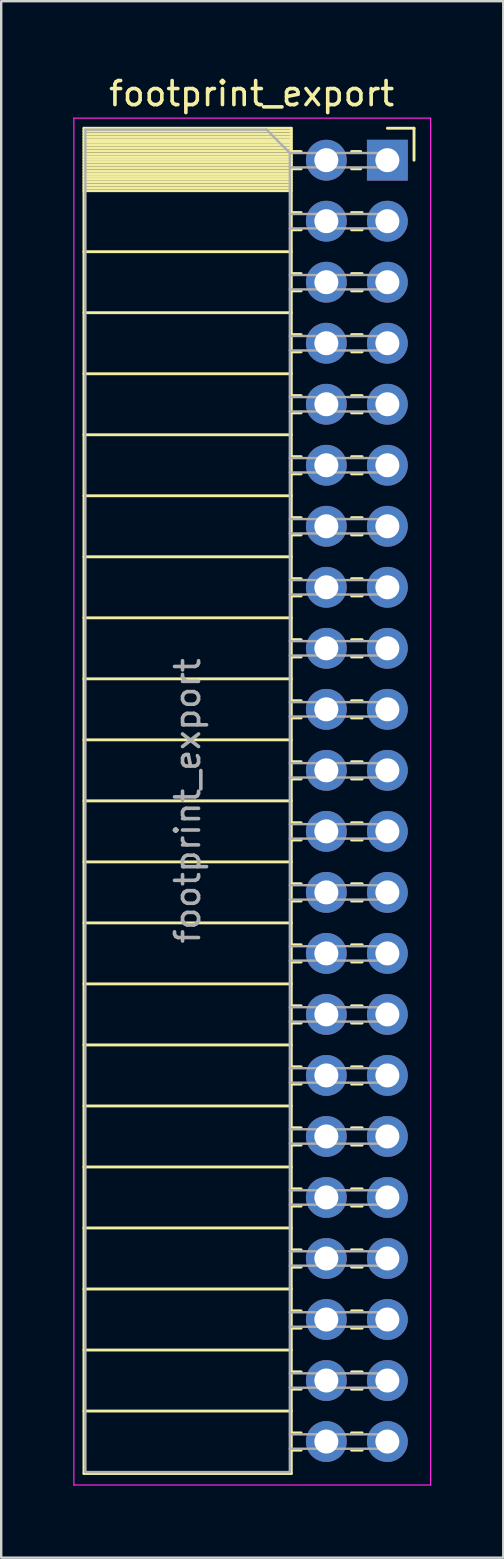
<source format=kicad_pcb>
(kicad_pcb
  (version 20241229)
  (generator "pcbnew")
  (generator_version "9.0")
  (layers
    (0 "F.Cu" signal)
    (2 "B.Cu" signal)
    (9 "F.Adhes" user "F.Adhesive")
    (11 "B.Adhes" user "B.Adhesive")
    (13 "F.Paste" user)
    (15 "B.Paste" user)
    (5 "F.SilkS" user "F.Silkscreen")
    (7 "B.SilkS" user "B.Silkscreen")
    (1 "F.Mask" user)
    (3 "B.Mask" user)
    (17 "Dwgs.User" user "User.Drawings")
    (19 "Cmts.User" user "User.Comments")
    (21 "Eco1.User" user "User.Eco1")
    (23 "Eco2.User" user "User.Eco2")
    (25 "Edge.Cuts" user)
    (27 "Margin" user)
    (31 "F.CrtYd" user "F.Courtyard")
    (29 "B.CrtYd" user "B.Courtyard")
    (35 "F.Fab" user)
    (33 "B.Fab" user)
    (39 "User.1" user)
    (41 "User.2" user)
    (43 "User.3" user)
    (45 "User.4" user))
  (footprint "footprint_export"
    (layer "F.Cu")
    (at 13.075 3.618)
    (property "Reference" "footprint_export" (at -5.65 -2.77 0) (layer "F.SilkS") (effects (font (size 1 1) (thickness 0.15))))
    (attr through_hole)
    (fp_line (start -12.63 -1.33) (end -12.63 54.67) (stroke (width 0.12) (type solid)) (layer "F.SilkS"))
    (fp_line (start -12.63 -1.33) (end -4 -1.33) (stroke (width 0.12) (type solid)) (layer "F.SilkS"))
    (fp_line (start -12.63 -1.21) (end -4 -1.21) (stroke (width 0.12) (type solid)) (layer "F.SilkS"))
    (fp_line (start -12.63 -1.092) (end -4 -1.092) (stroke (width 0.12) (type solid)) (layer "F.SilkS"))
    (fp_line (start -12.63 -0.974) (end -4 -0.974) (stroke (width 0.12) (type solid)) (layer "F.SilkS"))
    (fp_line (start -12.63 -0.856) (end -4 -0.856) (stroke (width 0.12) (type solid)) (layer "F.SilkS"))
    (fp_line (start -12.63 -0.738) (end -4 -0.738) (stroke (width 0.12) (type solid)) (layer "F.SilkS"))
    (fp_line (start -12.63 -0.62) (end -4 -0.62) (stroke (width 0.12) (type solid)) (layer "F.SilkS"))
    (fp_line (start -12.63 -0.501) (end -4 -0.501) (stroke (width 0.12) (type solid)) (layer "F.SilkS"))
    (fp_line (start -12.63 -0.383) (end -4 -0.383) (stroke (width 0.12) (type solid)) (layer "F.SilkS"))
    (fp_line (start -12.63 -0.265) (end -4 -0.265) (stroke (width 0.12) (type solid)) (layer "F.SilkS"))
    (fp_line (start -12.63 -0.147) (end -4 -0.147) (stroke (width 0.12) (type solid)) (layer "F.SilkS"))
    (fp_line (start -12.63 -0.029) (end -4 -0.029) (stroke (width 0.12) (type solid)) (layer "F.SilkS"))
    (fp_line (start -12.63 0.089) (end -4 0.089) (stroke (width 0.12) (type solid)) (layer "F.SilkS"))
    (fp_line (start -12.63 0.207) (end -4 0.207) (stroke (width 0.12) (type solid)) (layer "F.SilkS"))
    (fp_line (start -12.63 0.325) (end -4 0.325) (stroke (width 0.12) (type solid)) (layer "F.SilkS"))
    (fp_line (start -12.63 0.443) (end -4 0.443) (stroke (width 0.12) (type solid)) (layer "F.SilkS"))
    (fp_line (start -12.63 0.561) (end -4 0.561) (stroke (width 0.12) (type solid)) (layer "F.SilkS"))
    (fp_line (start -12.63 0.68) (end -4 0.68) (stroke (width 0.12) (type solid)) (layer "F.SilkS"))
    (fp_line (start -12.63 0.798) (end -4 0.798) (stroke (width 0.12) (type solid)) (layer "F.SilkS"))
    (fp_line (start -12.63 0.916) (end -4 0.916) (stroke (width 0.12) (type solid)) (layer "F.SilkS"))
    (fp_line (start -12.63 1.034) (end -4 1.034) (stroke (width 0.12) (type solid)) (layer "F.SilkS"))
    (fp_line (start -12.63 1.152) (end -4 1.152) (stroke (width 0.12) (type solid)) (layer "F.SilkS"))
    (fp_line (start -12.63 1.27) (end -4 1.27) (stroke (width 0.12) (type solid)) (layer "F.SilkS"))
    (fp_line (start -12.63 3.81) (end -4 3.81) (stroke (width 0.12) (type solid)) (layer "F.SilkS"))
    (fp_line (start -12.63 6.35) (end -4 6.35) (stroke (width 0.12) (type solid)) (layer "F.SilkS"))
    (fp_line (start -12.63 8.89) (end -4 8.89) (stroke (width 0.12) (type solid)) (layer "F.SilkS"))
    (fp_line (start -12.63 11.43) (end -4 11.43) (stroke (width 0.12) (type solid)) (layer "F.SilkS"))
    (fp_line (start -12.63 13.97) (end -4 13.97) (stroke (width 0.12) (type solid)) (layer "F.SilkS"))
    (fp_line (start -12.63 16.51) (end -4 16.51) (stroke (width 0.12) (type solid)) (layer "F.SilkS"))
    (fp_line (start -12.63 19.05) (end -4 19.05) (stroke (width 0.12) (type solid)) (layer "F.SilkS"))
    (fp_line (start -12.63 21.59) (end -4 21.59) (stroke (width 0.12) (type solid)) (layer "F.SilkS"))
    (fp_line (start -12.63 24.13) (end -4 24.13) (stroke (width 0.12) (type solid)) (layer "F.SilkS"))
    (fp_line (start -12.63 26.67) (end -4 26.67) (stroke (width 0.12) (type solid)) (layer "F.SilkS"))
    (fp_line (start -12.63 29.21) (end -4 29.21) (stroke (width 0.12) (type solid)) (layer "F.SilkS"))
    (fp_line (start -12.63 31.75) (end -4 31.75) (stroke (width 0.12) (type solid)) (layer "F.SilkS"))
    (fp_line (start -12.63 34.29) (end -4 34.29) (stroke (width 0.12) (type solid)) (layer "F.SilkS"))
    (fp_line (start -12.63 36.83) (end -4 36.83) (stroke (width 0.12) (type solid)) (layer "F.SilkS"))
    (fp_line (start -12.63 39.37) (end -4 39.37) (stroke (width 0.12) (type solid)) (layer "F.SilkS"))
    (fp_line (start -12.63 41.91) (end -4 41.91) (stroke (width 0.12) (type solid)) (layer "F.SilkS"))
    (fp_line (start -12.63 44.45) (end -4 44.45) (stroke (width 0.12) (type solid)) (layer "F.SilkS"))
    (fp_line (start -12.63 46.99) (end -4 46.99) (stroke (width 0.12) (type solid)) (layer "F.SilkS"))
    (fp_line (start -12.63 49.53) (end -4 49.53) (stroke (width 0.12) (type solid)) (layer "F.SilkS"))
    (fp_line (start -12.63 52.07) (end -4 52.07) (stroke (width 0.12) (type solid)) (layer "F.SilkS"))
    (fp_line (start -12.63 54.67) (end -4 54.67) (stroke (width 0.12) (type solid)) (layer "F.SilkS"))
    (fp_line (start -4 -1.33) (end -4 54.67) (stroke (width 0.12) (type solid)) (layer "F.SilkS"))
    (fp_line (start -4 -0.36) (end -3.59 -0.36) (stroke (width 0.12) (type solid)) (layer "F.SilkS"))
    (fp_line (start -4 0.36) (end -3.59 0.36) (stroke (width 0.12) (type solid)) (layer "F.SilkS"))
    (fp_line (start -4 2.18) (end -3.59 2.18) (stroke (width 0.12) (type solid)) (layer "F.SilkS"))
    (fp_line (start -4 2.9) (end -3.59 2.9) (stroke (width 0.12) (type solid)) (layer "F.SilkS"))
    (fp_line (start -4 4.72) (end -3.59 4.72) (stroke (width 0.12) (type solid)) (layer "F.SilkS"))
    (fp_line (start -4 5.44) (end -3.59 5.44) (stroke (width 0.12) (type solid)) (layer "F.SilkS"))
    (fp_line (start -4 7.26) (end -3.59 7.26) (stroke (width 0.12) (type solid)) (layer "F.SilkS"))
    (fp_line (start -4 7.98) (end -3.59 7.98) (stroke (width 0.12) (type solid)) (layer "F.SilkS"))
    (fp_line (start -4 9.8) (end -3.59 9.8) (stroke (width 0.12) (type solid)) (layer "F.SilkS"))
    (fp_line (start -4 10.52) (end -3.59 10.52) (stroke (width 0.12) (type solid)) (layer "F.SilkS"))
    (fp_line (start -4 12.34) (end -3.59 12.34) (stroke (width 0.12) (type solid)) (layer "F.SilkS"))
    (fp_line (start -4 13.06) (end -3.59 13.06) (stroke (width 0.12) (type solid)) (layer "F.SilkS"))
    (fp_line (start -4 14.88) (end -3.59 14.88) (stroke (width 0.12) (type solid)) (layer "F.SilkS"))
    (fp_line (start -4 15.6) (end -3.59 15.6) (stroke (width 0.12) (type solid)) (layer "F.SilkS"))
    (fp_line (start -4 17.42) (end -3.59 17.42) (stroke (width 0.12) (type solid)) (layer "F.SilkS"))
    (fp_line (start -4 18.14) (end -3.59 18.14) (stroke (width 0.12) (type solid)) (layer "F.SilkS"))
    (fp_line (start -4 19.96) (end -3.59 19.96) (stroke (width 0.12) (type solid)) (layer "F.SilkS"))
    (fp_line (start -4 20.68) (end -3.59 20.68) (stroke (width 0.12) (type solid)) (layer "F.SilkS"))
    (fp_line (start -4 22.5) (end -3.59 22.5) (stroke (width 0.12) (type solid)) (layer "F.SilkS"))
    (fp_line (start -4 23.22) (end -3.59 23.22) (stroke (width 0.12) (type solid)) (layer "F.SilkS"))
    (fp_line (start -4 25.04) (end -3.59 25.04) (stroke (width 0.12) (type solid)) (layer "F.SilkS"))
    (fp_line (start -4 25.76) (end -3.59 25.76) (stroke (width 0.12) (type solid)) (layer "F.SilkS"))
    (fp_line (start -4 27.58) (end -3.59 27.58) (stroke (width 0.12) (type solid)) (layer "F.SilkS"))
    (fp_line (start -4 28.3) (end -3.59 28.3) (stroke (width 0.12) (type solid)) (layer "F.SilkS"))
    (fp_line (start -4 30.12) (end -3.59 30.12) (stroke (width 0.12) (type solid)) (layer "F.SilkS"))
    (fp_line (start -4 30.84) (end -3.59 30.84) (stroke (width 0.12) (type solid)) (layer "F.SilkS"))
    (fp_line (start -4 32.66) (end -3.59 32.66) (stroke (width 0.12) (type solid)) (layer "F.SilkS"))
    (fp_line (start -4 33.38) (end -3.59 33.38) (stroke (width 0.12) (type solid)) (layer "F.SilkS"))
    (fp_line (start -4 35.2) (end -3.59 35.2) (stroke (width 0.12) (type solid)) (layer "F.SilkS"))
    (fp_line (start -4 35.92) (end -3.59 35.92) (stroke (width 0.12) (type solid)) (layer "F.SilkS"))
    (fp_line (start -4 37.74) (end -3.59 37.74) (stroke (width 0.12) (type solid)) (layer "F.SilkS"))
    (fp_line (start -4 38.46) (end -3.59 38.46) (stroke (width 0.12) (type solid)) (layer "F.SilkS"))
    (fp_line (start -4 40.28) (end -3.59 40.28) (stroke (width 0.12) (type solid)) (layer "F.SilkS"))
    (fp_line (start -4 41) (end -3.59 41) (stroke (width 0.12) (type solid)) (layer "F.SilkS"))
    (fp_line (start -4 42.82) (end -3.59 42.82) (stroke (width 0.12) (type solid)) (layer "F.SilkS"))
    (fp_line (start -4 43.54) (end -3.59 43.54) (stroke (width 0.12) (type solid)) (layer "F.SilkS"))
    (fp_line (start -4 45.36) (end -3.59 45.36) (stroke (width 0.12) (type solid)) (layer "F.SilkS"))
    (fp_line (start -4 46.08) (end -3.59 46.08) (stroke (width 0.12) (type solid)) (layer "F.SilkS"))
    (fp_line (start -4 47.9) (end -3.59 47.9) (stroke (width 0.12) (type solid)) (layer "F.SilkS"))
    (fp_line (start -4 48.62) (end -3.59 48.62) (stroke (width 0.12) (type solid)) (layer "F.SilkS"))
    (fp_line (start -4 50.44) (end -3.59 50.44) (stroke (width 0.12) (type solid)) (layer "F.SilkS"))
    (fp_line (start -4 51.16) (end -3.59 51.16) (stroke (width 0.12) (type solid)) (layer "F.SilkS"))
    (fp_line (start -4 52.98) (end -3.59 52.98) (stroke (width 0.12) (type solid)) (layer "F.SilkS"))
    (fp_line (start -4 53.7) (end -3.59 53.7) (stroke (width 0.12) (type solid)) (layer "F.SilkS"))
    (fp_line (start -1.49 -0.36) (end -1.11 -0.36) (stroke (width 0.12) (type solid)) (layer "F.SilkS"))
    (fp_line (start -1.49 0.36) (end -1.11 0.36) (stroke (width 0.12) (type solid)) (layer "F.SilkS"))
    (fp_line (start -1.49 2.18) (end -1.05 2.18) (stroke (width 0.12) (type solid)) (layer "F.SilkS"))
    (fp_line (start -1.49 2.9) (end -1.05 2.9) (stroke (width 0.12) (type solid)) (layer "F.SilkS"))
    (fp_line (start -1.49 4.72) (end -1.05 4.72) (stroke (width 0.12) (type solid)) (layer "F.SilkS"))
    (fp_line (start -1.49 5.44) (end -1.05 5.44) (stroke (width 0.12) (type solid)) (layer "F.SilkS"))
    (fp_line (start -1.49 7.26) (end -1.05 7.26) (stroke (width 0.12) (type solid)) (layer "F.SilkS"))
    (fp_line (start -1.49 7.98) (end -1.05 7.98) (stroke (width 0.12) (type solid)) (layer "F.SilkS"))
    (fp_line (start -1.49 9.8) (end -1.05 9.8) (stroke (width 0.12) (type solid)) (layer "F.SilkS"))
    (fp_line (start -1.49 10.52) (end -1.05 10.52) (stroke (width 0.12) (type solid)) (layer "F.SilkS"))
    (fp_line (start -1.49 12.34) (end -1.05 12.34) (stroke (width 0.12) (type solid)) (layer "F.SilkS"))
    (fp_line (start -1.49 13.06) (end -1.05 13.06) (stroke (width 0.12) (type solid)) (layer "F.SilkS"))
    (fp_line (start -1.49 14.88) (end -1.05 14.88) (stroke (width 0.12) (type solid)) (layer "F.SilkS"))
    (fp_line (start -1.49 15.6) (end -1.05 15.6) (stroke (width 0.12) (type solid)) (layer "F.SilkS"))
    (fp_line (start -1.49 17.42) (end -1.05 17.42) (stroke (width 0.12) (type solid)) (layer "F.SilkS"))
    (fp_line (start -1.49 18.14) (end -1.05 18.14) (stroke (width 0.12) (type solid)) (layer "F.SilkS"))
    (fp_line (start -1.49 19.96) (end -1.05 19.96) (stroke (width 0.12) (type solid)) (layer "F.SilkS"))
    (fp_line (start -1.49 20.68) (end -1.05 20.68) (stroke (width 0.12) (type solid)) (layer "F.SilkS"))
    (fp_line (start -1.49 22.5) (end -1.05 22.5) (stroke (width 0.12) (type solid)) (layer "F.SilkS"))
    (fp_line (start -1.49 23.22) (end -1.05 23.22) (stroke (width 0.12) (type solid)) (layer "F.SilkS"))
    (fp_line (start -1.49 25.04) (end -1.05 25.04) (stroke (width 0.12) (type solid)) (layer "F.SilkS"))
    (fp_line (start -1.49 25.76) (end -1.05 25.76) (stroke (width 0.12) (type solid)) (layer "F.SilkS"))
    (fp_line (start -1.49 27.58) (end -1.05 27.58) (stroke (width 0.12) (type solid)) (layer "F.SilkS"))
    (fp_line (start -1.49 28.3) (end -1.05 28.3) (stroke (width 0.12) (type solid)) (layer "F.SilkS"))
    (fp_line (start -1.49 30.12) (end -1.05 30.12) (stroke (width 0.12) (type solid)) (layer "F.SilkS"))
    (fp_line (start -1.49 30.84) (end -1.05 30.84) (stroke (width 0.12) (type solid)) (layer "F.SilkS"))
    (fp_line (start -1.49 32.66) (end -1.05 32.66) (stroke (width 0.12) (type solid)) (layer "F.SilkS"))
    (fp_line (start -1.49 33.38) (end -1.05 33.38) (stroke (width 0.12) (type solid)) (layer "F.SilkS"))
    (fp_line (start -1.49 35.2) (end -1.05 35.2) (stroke (width 0.12) (type solid)) (layer "F.SilkS"))
    (fp_line (start -1.49 35.92) (end -1.05 35.92) (stroke (width 0.12) (type solid)) (layer "F.SilkS"))
    (fp_line (start -1.49 37.74) (end -1.05 37.74) (stroke (width 0.12) (type solid)) (layer "F.SilkS"))
    (fp_line (start -1.49 38.46) (end -1.05 38.46) (stroke (width 0.12) (type solid)) (layer "F.SilkS"))
    (fp_line (start -1.49 40.28) (end -1.05 40.28) (stroke (width 0.12) (type solid)) (layer "F.SilkS"))
    (fp_line (start -1.49 41) (end -1.05 41) (stroke (width 0.12) (type solid)) (layer "F.SilkS"))
    (fp_line (start -1.49 42.82) (end -1.05 42.82) (stroke (width 0.12) (type solid)) (layer "F.SilkS"))
    (fp_line (start -1.49 43.54) (end -1.05 43.54) (stroke (width 0.12) (type solid)) (layer "F.SilkS"))
    (fp_line (start -1.49 45.36) (end -1.05 45.36) (stroke (width 0.12) (type solid)) (layer "F.SilkS"))
    (fp_line (start -1.49 46.08) (end -1.05 46.08) (stroke (width 0.12) (type solid)) (layer "F.SilkS"))
    (fp_line (start -1.49 47.9) (end -1.05 47.9) (stroke (width 0.12) (type solid)) (layer "F.SilkS"))
    (fp_line (start -1.49 48.62) (end -1.05 48.62) (stroke (width 0.12) (type solid)) (layer "F.SilkS"))
    (fp_line (start -1.49 50.44) (end -1.05 50.44) (stroke (width 0.12) (type solid)) (layer "F.SilkS"))
    (fp_line (start -1.49 51.16) (end -1.05 51.16) (stroke (width 0.12) (type solid)) (layer "F.SilkS"))
    (fp_line (start -1.49 52.98) (end -1.05 52.98) (stroke (width 0.12) (type solid)) (layer "F.SilkS"))
    (fp_line (start -1.49 53.7) (end -1.05 53.7) (stroke (width 0.12) (type solid)) (layer "F.SilkS"))
    (fp_line (start 0 -1.33) (end 1.11 -1.33) (stroke (width 0.12) (type solid)) (layer "F.SilkS"))
    (fp_line (start 1.11 -1.33) (end 1.11 0) (stroke (width 0.12) (type solid)) (layer "F.SilkS"))
    (fp_line (start -13.05 -1.75) (end -13.05 55.15) (stroke (width 0.05) (type solid)) (layer "F.CrtYd"))
    (fp_line (start -13.05 55.15) (end 1.8 55.15) (stroke (width 0.05) (type solid)) (layer "F.CrtYd"))
    (fp_line (start 1.8 -1.75) (end -13.05 -1.75) (stroke (width 0.05) (type solid)) (layer "F.CrtYd"))
    (fp_line (start 1.8 55.15) (end 1.8 -1.75) (stroke (width 0.05) (type solid)) (layer "F.CrtYd"))
    (fp_line (start -12.57 -1.27) (end -5.03 -1.27) (stroke (width 0.1) (type solid)) (layer "F.Fab"))
    (fp_line (start -12.57 54.61) (end -12.57 -1.27) (stroke (width 0.1) (type solid)) (layer "F.Fab"))
    (fp_line (start -5.03 -1.27) (end -4.06 -0.3) (stroke (width 0.1) (type solid)) (layer "F.Fab"))
    (fp_line (start -4.06 -0.3) (end -4.06 54.61) (stroke (width 0.1) (type solid)) (layer "F.Fab"))
    (fp_line (start -4.06 0.3) (end 0 0.3) (stroke (width 0.1) (type solid)) (layer "F.Fab"))
    (fp_line (start -4.06 2.84) (end 0 2.84) (stroke (width 0.1) (type solid)) (layer "F.Fab"))
    (fp_line (start -4.06 5.38) (end 0 5.38) (stroke (width 0.1) (type solid)) (layer "F.Fab"))
    (fp_line (start -4.06 7.92) (end 0 7.92) (stroke (width 0.1) (type solid)) (layer "F.Fab"))
    (fp_line (start -4.06 10.46) (end 0 10.46) (stroke (width 0.1) (type solid)) (layer "F.Fab"))
    (fp_line (start -4.06 13) (end 0 13) (stroke (width 0.1) (type solid)) (layer "F.Fab"))
    (fp_line (start -4.06 15.54) (end 0 15.54) (stroke (width 0.1) (type solid)) (layer "F.Fab"))
    (fp_line (start -4.06 18.08) (end 0 18.08) (stroke (width 0.1) (type solid)) (layer "F.Fab"))
    (fp_line (start -4.06 20.62) (end 0 20.62) (stroke (width 0.1) (type solid)) (layer "F.Fab"))
    (fp_line (start -4.06 23.16) (end 0 23.16) (stroke (width 0.1) (type solid)) (layer "F.Fab"))
    (fp_line (start -4.06 25.7) (end 0 25.7) (stroke (width 0.1) (type solid)) (layer "F.Fab"))
    (fp_line (start -4.06 28.24) (end 0 28.24) (stroke (width 0.1) (type solid)) (layer "F.Fab"))
    (fp_line (start -4.06 30.78) (end 0 30.78) (stroke (width 0.1) (type solid)) (layer "F.Fab"))
    (fp_line (start -4.06 33.32) (end 0 33.32) (stroke (width 0.1) (type solid)) (layer "F.Fab"))
    (fp_line (start -4.06 35.86) (end 0 35.86) (stroke (width 0.1) (type solid)) (layer "F.Fab"))
    (fp_line (start -4.06 38.4) (end 0 38.4) (stroke (width 0.1) (type solid)) (layer "F.Fab"))
    (fp_line (start -4.06 40.94) (end 0 40.94) (stroke (width 0.1) (type solid)) (layer "F.Fab"))
    (fp_line (start -4.06 43.48) (end 0 43.48) (stroke (width 0.1) (type solid)) (layer "F.Fab"))
    (fp_line (start -4.06 46.02) (end 0 46.02) (stroke (width 0.1) (type solid)) (layer "F.Fab"))
    (fp_line (start -4.06 48.56) (end 0 48.56) (stroke (width 0.1) (type solid)) (layer "F.Fab"))
    (fp_line (start -4.06 51.1) (end 0 51.1) (stroke (width 0.1) (type solid)) (layer "F.Fab"))
    (fp_line (start -4.06 53.64) (end 0 53.64) (stroke (width 0.1) (type solid)) (layer "F.Fab"))
    (fp_line (start -4.06 54.61) (end -12.57 54.61) (stroke (width 0.1) (type solid)) (layer "F.Fab"))
    (fp_line (start 0 -0.3) (end -4.06 -0.3) (stroke (width 0.1) (type solid)) (layer "F.Fab"))
    (fp_line (start 0 0.3) (end 0 -0.3) (stroke (width 0.1) (type solid)) (layer "F.Fab"))
    (fp_line (start 0 2.24) (end -4.06 2.24) (stroke (width 0.1) (type solid)) (layer "F.Fab"))
    (fp_line (start 0 2.84) (end 0 2.24) (stroke (width 0.1) (type solid)) (layer "F.Fab"))
    (fp_line (start 0 4.78) (end -4.06 4.78) (stroke (width 0.1) (type solid)) (layer "F.Fab"))
    (fp_line (start 0 5.38) (end 0 4.78) (stroke (width 0.1) (type solid)) (layer "F.Fab"))
    (fp_line (start 0 7.32) (end -4.06 7.32) (stroke (width 0.1) (type solid)) (layer "F.Fab"))
    (fp_line (start 0 7.92) (end 0 7.32) (stroke (width 0.1) (type solid)) (layer "F.Fab"))
    (fp_line (start 0 9.86) (end -4.06 9.86) (stroke (width 0.1) (type solid)) (layer "F.Fab"))
    (fp_line (start 0 10.46) (end 0 9.86) (stroke (width 0.1) (type solid)) (layer "F.Fab"))
    (fp_line (start 0 12.4) (end -4.06 12.4) (stroke (width 0.1) (type solid)) (layer "F.Fab"))
    (fp_line (start 0 13) (end 0 12.4) (stroke (width 0.1) (type solid)) (layer "F.Fab"))
    (fp_line (start 0 14.94) (end -4.06 14.94) (stroke (width 0.1) (type solid)) (layer "F.Fab"))
    (fp_line (start 0 15.54) (end 0 14.94) (stroke (width 0.1) (type solid)) (layer "F.Fab"))
    (fp_line (start 0 17.48) (end -4.06 17.48) (stroke (width 0.1) (type solid)) (layer "F.Fab"))
    (fp_line (start 0 18.08) (end 0 17.48) (stroke (width 0.1) (type solid)) (layer "F.Fab"))
    (fp_line (start 0 20.02) (end -4.06 20.02) (stroke (width 0.1) (type solid)) (layer "F.Fab"))
    (fp_line (start 0 20.62) (end 0 20.02) (stroke (width 0.1) (type solid)) (layer "F.Fab"))
    (fp_line (start 0 22.56) (end -4.06 22.56) (stroke (width 0.1) (type solid)) (layer "F.Fab"))
    (fp_line (start 0 23.16) (end 0 22.56) (stroke (width 0.1) (type solid)) (layer "F.Fab"))
    (fp_line (start 0 25.1) (end -4.06 25.1) (stroke (width 0.1) (type solid)) (layer "F.Fab"))
    (fp_line (start 0 25.7) (end 0 25.1) (stroke (width 0.1) (type solid)) (layer "F.Fab"))
    (fp_line (start 0 27.64) (end -4.06 27.64) (stroke (width 0.1) (type solid)) (layer "F.Fab"))
    (fp_line (start 0 28.24) (end 0 27.64) (stroke (width 0.1) (type solid)) (layer "F.Fab"))
    (fp_line (start 0 30.18) (end -4.06 30.18) (stroke (width 0.1) (type solid)) (layer "F.Fab"))
    (fp_line (start 0 30.78) (end 0 30.18) (stroke (width 0.1) (type solid)) (layer "F.Fab"))
    (fp_line (start 0 32.72) (end -4.06 32.72) (stroke (width 0.1) (type solid)) (layer "F.Fab"))
    (fp_line (start 0 33.32) (end 0 32.72) (stroke (width 0.1) (type solid)) (layer "F.Fab"))
    (fp_line (start 0 35.26) (end -4.06 35.26) (stroke (width 0.1) (type solid)) (layer "F.Fab"))
    (fp_line (start 0 35.86) (end 0 35.26) (stroke (width 0.1) (type solid)) (layer "F.Fab"))
    (fp_line (start 0 37.8) (end -4.06 37.8) (stroke (width 0.1) (type solid)) (layer "F.Fab"))
    (fp_line (start 0 38.4) (end 0 37.8) (stroke (width 0.1) (type solid)) (layer "F.Fab"))
    (fp_line (start 0 40.34) (end -4.06 40.34) (stroke (width 0.1) (type solid)) (layer "F.Fab"))
    (fp_line (start 0 40.94) (end 0 40.34) (stroke (width 0.1) (type solid)) (layer "F.Fab"))
    (fp_line (start 0 42.88) (end -4.06 42.88) (stroke (width 0.1) (type solid)) (layer "F.Fab"))
    (fp_line (start 0 43.48) (end 0 42.88) (stroke (width 0.1) (type solid)) (layer "F.Fab"))
    (fp_line (start 0 45.42) (end -4.06 45.42) (stroke (width 0.1) (type solid)) (layer "F.Fab"))
    (fp_line (start 0 46.02) (end 0 45.42) (stroke (width 0.1) (type solid)) (layer "F.Fab"))
    (fp_line (start 0 47.96) (end -4.06 47.96) (stroke (width 0.1) (type solid)) (layer "F.Fab"))
    (fp_line (start 0 48.56) (end 0 47.96) (stroke (width 0.1) (type solid)) (layer "F.Fab"))
    (fp_line (start 0 50.5) (end -4.06 50.5) (stroke (width 0.1) (type solid)) (layer "F.Fab"))
    (fp_line (start 0 51.1) (end 0 50.5) (stroke (width 0.1) (type solid)) (layer "F.Fab"))
    (fp_line (start 0 53.04) (end -4.06 53.04) (stroke (width 0.1) (type solid)) (layer "F.Fab"))
    (fp_line (start 0 53.64) (end 0 53.04) (stroke (width 0.1) (type solid)) (layer "F.Fab"))
    (fp_text user "${REFERENCE}" (at -8.315 26.67 90) (layer "F.Fab") (effects (font (size 1 1) (thickness 0.15))))
    (pad "1" thru_hole rect (at 0 0) (size 1.7 1.7) (drill 1) (layers "*.Cu" "*.Mask"))
    (pad "2" thru_hole oval (at -2.54 0) (size 1.7 1.7) (drill 1) (layers "*.Cu" "*.Mask"))
    (pad "3" thru_hole oval (at 0 2.54) (size 1.7 1.7) (drill 1) (layers "*.Cu" "*.Mask"))
    (pad "4" thru_hole oval (at -2.54 2.54) (size 1.7 1.7) (drill 1) (layers "*.Cu" "*.Mask"))
    (pad "5" thru_hole oval (at 0 5.08) (size 1.7 1.7) (drill 1) (layers "*.Cu" "*.Mask"))
    (pad "6" thru_hole oval (at -2.54 5.08) (size 1.7 1.7) (drill 1) (layers "*.Cu" "*.Mask"))
    (pad "7" thru_hole oval (at 0 7.62) (size 1.7 1.7) (drill 1) (layers "*.Cu" "*.Mask"))
    (pad "8" thru_hole oval (at -2.54 7.62) (size 1.7 1.7) (drill 1) (layers "*.Cu" "*.Mask"))
    (pad "9" thru_hole oval (at 0 10.16) (size 1.7 1.7) (drill 1) (layers "*.Cu" "*.Mask"))
    (pad "10" thru_hole oval (at -2.54 10.16) (size 1.7 1.7) (drill 1) (layers "*.Cu" "*.Mask"))
    (pad "11" thru_hole oval (at 0 12.7) (size 1.7 1.7) (drill 1) (layers "*.Cu" "*.Mask"))
    (pad "12" thru_hole oval (at -2.54 12.7) (size 1.7 1.7) (drill 1) (layers "*.Cu" "*.Mask"))
    (pad "13" thru_hole oval (at 0 15.24) (size 1.7 1.7) (drill 1) (layers "*.Cu" "*.Mask"))
    (pad "14" thru_hole oval (at -2.54 15.24) (size 1.7 1.7) (drill 1) (layers "*.Cu" "*.Mask"))
    (pad "15" thru_hole oval (at 0 17.78) (size 1.7 1.7) (drill 1) (layers "*.Cu" "*.Mask"))
    (pad "16" thru_hole oval (at -2.54 17.78) (size 1.7 1.7) (drill 1) (layers "*.Cu" "*.Mask"))
    (pad "17" thru_hole oval (at 0 20.32) (size 1.7 1.7) (drill 1) (layers "*.Cu" "*.Mask"))
    (pad "18" thru_hole oval (at -2.54 20.32) (size 1.7 1.7) (drill 1) (layers "*.Cu" "*.Mask"))
    (pad "19" thru_hole oval (at 0 22.86) (size 1.7 1.7) (drill 1) (layers "*.Cu" "*.Mask"))
    (pad "20" thru_hole oval (at -2.54 22.86) (size 1.7 1.7) (drill 1) (layers "*.Cu" "*.Mask"))
    (pad "21" thru_hole oval (at 0 25.4) (size 1.7 1.7) (drill 1) (layers "*.Cu" "*.Mask"))
    (pad "22" thru_hole oval (at -2.54 25.4) (size 1.7 1.7) (drill 1) (layers "*.Cu" "*.Mask"))
    (pad "23" thru_hole oval (at 0 27.94) (size 1.7 1.7) (drill 1) (layers "*.Cu" "*.Mask"))
    (pad "24" thru_hole oval (at -2.54 27.94) (size 1.7 1.7) (drill 1) (layers "*.Cu" "*.Mask"))
    (pad "25" thru_hole oval (at 0 30.48) (size 1.7 1.7) (drill 1) (layers "*.Cu" "*.Mask"))
    (pad "26" thru_hole oval (at -2.54 30.48) (size 1.7 1.7) (drill 1) (layers "*.Cu" "*.Mask"))
    (pad "27" thru_hole oval (at 0 33.02) (size 1.7 1.7) (drill 1) (layers "*.Cu" "*.Mask"))
    (pad "28" thru_hole oval (at -2.54 33.02) (size 1.7 1.7) (drill 1) (layers "*.Cu" "*.Mask"))
    (pad "29" thru_hole oval (at 0 35.56) (size 1.7 1.7) (drill 1) (layers "*.Cu" "*.Mask"))
    (pad "30" thru_hole oval (at -2.54 35.56) (size 1.7 1.7) (drill 1) (layers "*.Cu" "*.Mask"))
    (pad "31" thru_hole oval (at 0 38.1) (size 1.7 1.7) (drill 1) (layers "*.Cu" "*.Mask"))
    (pad "32" thru_hole oval (at -2.54 38.1) (size 1.7 1.7) (drill 1) (layers "*.Cu" "*.Mask"))
    (pad "33" thru_hole oval (at 0 40.64) (size 1.7 1.7) (drill 1) (layers "*.Cu" "*.Mask"))
    (pad "34" thru_hole oval (at -2.54 40.64) (size 1.7 1.7) (drill 1) (layers "*.Cu" "*.Mask"))
    (pad "35" thru_hole oval (at 0 43.18) (size 1.7 1.7) (drill 1) (layers "*.Cu" "*.Mask"))
    (pad "36" thru_hole oval (at -2.54 43.18) (size 1.7 1.7) (drill 1) (layers "*.Cu" "*.Mask"))
    (pad "37" thru_hole oval (at 0 45.72) (size 1.7 1.7) (drill 1) (layers "*.Cu" "*.Mask"))
    (pad "38" thru_hole oval (at -2.54 45.72) (size 1.7 1.7) (drill 1) (layers "*.Cu" "*.Mask"))
    (pad "39" thru_hole oval (at 0 48.26) (size 1.7 1.7) (drill 1) (layers "*.Cu" "*.Mask"))
    (pad "40" thru_hole oval (at -2.54 48.26) (size 1.7 1.7) (drill 1) (layers "*.Cu" "*.Mask"))
    (pad "41" thru_hole oval (at 0 50.8) (size 1.7 1.7) (drill 1) (layers "*.Cu" "*.Mask"))
    (pad "42" thru_hole oval (at -2.54 50.8) (size 1.7 1.7) (drill 1) (layers "*.Cu" "*.Mask"))
    (pad "43" thru_hole oval (at 0 53.34) (size 1.7 1.7) (drill 1) (layers "*.Cu" "*.Mask"))
    (pad "44" thru_hole oval (at -2.54 53.34) (size 1.7 1.7) (drill 1) (layers "*.Cu" "*.Mask")))
  (gr_rect
    (start -3 -3)
    (end 17.9 61.793)
    (stroke (width 0.1) (type default))
    (fill no)
    (layer "Edge.Cuts")))
</source>
